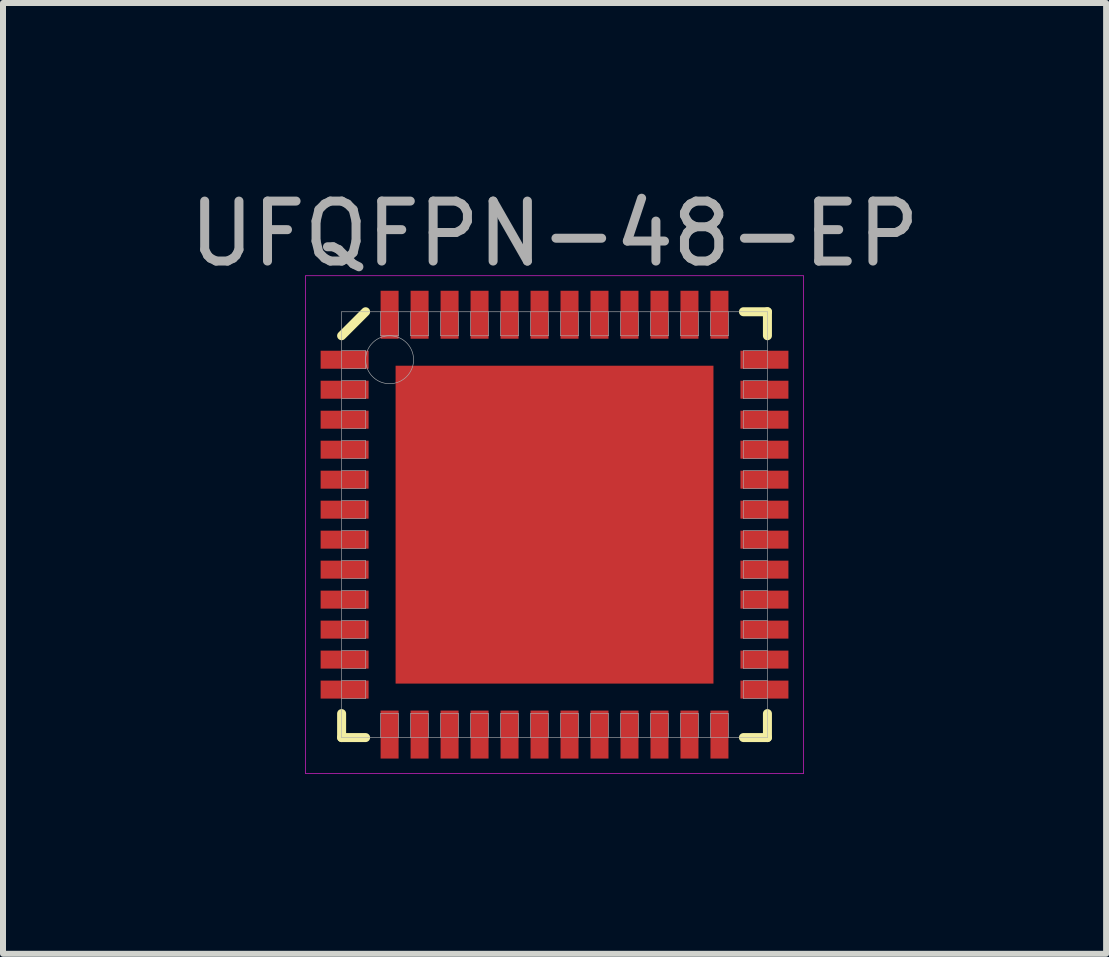
<source format=kicad_pcb>
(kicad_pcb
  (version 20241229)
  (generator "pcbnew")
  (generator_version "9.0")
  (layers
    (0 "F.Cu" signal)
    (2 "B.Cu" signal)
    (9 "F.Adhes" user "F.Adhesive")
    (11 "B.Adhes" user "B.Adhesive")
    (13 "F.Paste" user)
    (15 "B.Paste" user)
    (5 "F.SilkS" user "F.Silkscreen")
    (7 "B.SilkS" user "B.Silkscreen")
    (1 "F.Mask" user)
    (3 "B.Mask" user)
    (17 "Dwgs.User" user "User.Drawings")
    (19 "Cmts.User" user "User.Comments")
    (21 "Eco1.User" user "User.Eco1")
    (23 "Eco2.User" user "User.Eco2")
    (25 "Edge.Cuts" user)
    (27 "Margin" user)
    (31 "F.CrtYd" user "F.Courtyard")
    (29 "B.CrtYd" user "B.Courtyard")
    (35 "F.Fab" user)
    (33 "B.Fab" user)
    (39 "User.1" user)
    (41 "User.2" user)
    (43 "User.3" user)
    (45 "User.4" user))
  (footprint "UFQFPN-48-EP"
    (layer "F.Cu")
    (at 6.196 5.698)
    (property "Reference" "UFQFPN-48-EP" (at 0 -4.85 0) (layer "F.Fab") (effects (font (size 1 1) (thickness 0.15))))
    (attr through_hole)
    (fp_line (start -3.55 -3.15) (end -3.15 -3.55) (stroke (width 0.15) (type solid)) (layer "F.SilkS"))
    (fp_line (start -3.55 3.55) (end -3.55 3.15) (stroke (width 0.15) (type solid)) (layer "F.SilkS"))
    (fp_line (start -3.15 3.55) (end -3.55 3.55) (stroke (width 0.15) (type solid)) (layer "F.SilkS"))
    (fp_line (start 3.15 -3.55) (end 3.55 -3.55) (stroke (width 0.15) (type solid)) (layer "F.SilkS"))
    (fp_line (start 3.15 3.55) (end 3.55 3.55) (stroke (width 0.15) (type solid)) (layer "F.SilkS"))
    (fp_line (start 3.55 -3.55) (end 3.55 -3.15) (stroke (width 0.15) (type solid)) (layer "F.SilkS"))
    (fp_line (start 3.55 3.55) (end 3.55 3.15) (stroke (width 0.15) (type solid)) (layer "F.SilkS"))
    (fp_line (start -4.15 -4.15) (end 4.15 -4.15) (stroke (width 0.01) (type solid)) (layer "F.CrtYd"))
    (fp_line (start -4.15 4.15) (end -4.15 -4.15) (stroke (width 0.01) (type solid)) (layer "F.CrtYd"))
    (fp_line (start 4.15 -4.15) (end 4.15 4.15) (stroke (width 0.01) (type solid)) (layer "F.CrtYd"))
    (fp_line (start 4.15 4.15) (end -4.15 4.15) (stroke (width 0.01) (type solid)) (layer "F.CrtYd"))
    (fp_line (start -3.55 -3.55) (end 3.55 -3.55) (stroke (width 0.01) (type solid)) (layer "F.Fab"))
    (fp_line (start -3.55 -2.6) (end -3.15 -2.6) (stroke (width 0.01) (type solid)) (layer "F.Fab"))
    (fp_line (start -3.55 -2.1) (end -3.15 -2.1) (stroke (width 0.01) (type solid)) (layer "F.Fab"))
    (fp_line (start -3.55 -1.6) (end -3.15 -1.6) (stroke (width 0.01) (type solid)) (layer "F.Fab"))
    (fp_line (start -3.55 -1.1) (end -3.15 -1.1) (stroke (width 0.01) (type solid)) (layer "F.Fab"))
    (fp_line (start -3.55 -0.6) (end -3.15 -0.6) (stroke (width 0.01) (type solid)) (layer "F.Fab"))
    (fp_line (start -3.55 -0.1) (end -3.15 -0.1) (stroke (width 0.01) (type solid)) (layer "F.Fab"))
    (fp_line (start -3.55 0.4) (end -3.15 0.4) (stroke (width 0.01) (type solid)) (layer "F.Fab"))
    (fp_line (start -3.55 0.9) (end -3.15 0.9) (stroke (width 0.01) (type solid)) (layer "F.Fab"))
    (fp_line (start -3.55 1.4) (end -3.15 1.4) (stroke (width 0.01) (type solid)) (layer "F.Fab"))
    (fp_line (start -3.55 1.9) (end -3.15 1.9) (stroke (width 0.01) (type solid)) (layer "F.Fab"))
    (fp_line (start -3.55 2.4) (end -3.15 2.4) (stroke (width 0.01) (type solid)) (layer "F.Fab"))
    (fp_line (start -3.55 2.9) (end -3.15 2.9) (stroke (width 0.01) (type solid)) (layer "F.Fab"))
    (fp_line (start -3.55 3.55) (end -3.55 -3.55) (stroke (width 0.01) (type solid)) (layer "F.Fab"))
    (fp_line (start -3.15 -2.9) (end -3.55 -2.9) (stroke (width 0.01) (type solid)) (layer "F.Fab"))
    (fp_line (start -3.15 -2.6) (end -3.15 -2.9) (stroke (width 0.01) (type solid)) (layer "F.Fab"))
    (fp_line (start -3.15 -2.4) (end -3.55 -2.4) (stroke (width 0.01) (type solid)) (layer "F.Fab"))
    (fp_line (start -3.15 -2.1) (end -3.15 -2.4) (stroke (width 0.01) (type solid)) (layer "F.Fab"))
    (fp_line (start -3.15 -1.9) (end -3.55 -1.9) (stroke (width 0.01) (type solid)) (layer "F.Fab"))
    (fp_line (start -3.15 -1.6) (end -3.15 -1.9) (stroke (width 0.01) (type solid)) (layer "F.Fab"))
    (fp_line (start -3.15 -1.4) (end -3.55 -1.4) (stroke (width 0.01) (type solid)) (layer "F.Fab"))
    (fp_line (start -3.15 -1.1) (end -3.15 -1.4) (stroke (width 0.01) (type solid)) (layer "F.Fab"))
    (fp_line (start -3.15 -0.9) (end -3.55 -0.9) (stroke (width 0.01) (type solid)) (layer "F.Fab"))
    (fp_line (start -3.15 -0.6) (end -3.15 -0.9) (stroke (width 0.01) (type solid)) (layer "F.Fab"))
    (fp_line (start -3.15 -0.4) (end -3.55 -0.4) (stroke (width 0.01) (type solid)) (layer "F.Fab"))
    (fp_line (start -3.15 -0.1) (end -3.15 -0.4) (stroke (width 0.01) (type solid)) (layer "F.Fab"))
    (fp_line (start -3.15 0.1) (end -3.55 0.1) (stroke (width 0.01) (type solid)) (layer "F.Fab"))
    (fp_line (start -3.15 0.4) (end -3.15 0.1) (stroke (width 0.01) (type solid)) (layer "F.Fab"))
    (fp_line (start -3.15 0.6) (end -3.55 0.6) (stroke (width 0.01) (type solid)) (layer "F.Fab"))
    (fp_line (start -3.15 0.9) (end -3.15 0.6) (stroke (width 0.01) (type solid)) (layer "F.Fab"))
    (fp_line (start -3.15 1.1) (end -3.55 1.1) (stroke (width 0.01) (type solid)) (layer "F.Fab"))
    (fp_line (start -3.15 1.4) (end -3.15 1.1) (stroke (width 0.01) (type solid)) (layer "F.Fab"))
    (fp_line (start -3.15 1.6) (end -3.55 1.6) (stroke (width 0.01) (type solid)) (layer "F.Fab"))
    (fp_line (start -3.15 1.9) (end -3.15 1.6) (stroke (width 0.01) (type solid)) (layer "F.Fab"))
    (fp_line (start -3.15 2.1) (end -3.55 2.1) (stroke (width 0.01) (type solid)) (layer "F.Fab"))
    (fp_line (start -3.15 2.4) (end -3.15 2.1) (stroke (width 0.01) (type solid)) (layer "F.Fab"))
    (fp_line (start -3.15 2.6) (end -3.55 2.6) (stroke (width 0.01) (type solid)) (layer "F.Fab"))
    (fp_line (start -3.15 2.9) (end -3.15 2.6) (stroke (width 0.01) (type solid)) (layer "F.Fab"))
    (fp_line (start -2.9 -3.55) (end -2.9 -3.15) (stroke (width 0.01) (type solid)) (layer "F.Fab"))
    (fp_line (start -2.9 -3.15) (end -2.6 -3.15) (stroke (width 0.01) (type solid)) (layer "F.Fab"))
    (fp_line (start -2.9 3.15) (end -2.9 3.55) (stroke (width 0.01) (type solid)) (layer "F.Fab"))
    (fp_line (start -2.6 -3.15) (end -2.6 -3.55) (stroke (width 0.01) (type solid)) (layer "F.Fab"))
    (fp_line (start -2.6 3.15) (end -2.9 3.15) (stroke (width 0.01) (type solid)) (layer "F.Fab"))
    (fp_line (start -2.6 3.55) (end -2.6 3.15) (stroke (width 0.01) (type solid)) (layer "F.Fab"))
    (fp_line (start -2.4 -3.55) (end -2.4 -3.15) (stroke (width 0.01) (type solid)) (layer "F.Fab"))
    (fp_line (start -2.4 -3.15) (end -2.1 -3.15) (stroke (width 0.01) (type solid)) (layer "F.Fab"))
    (fp_line (start -2.4 3.15) (end -2.4 3.55) (stroke (width 0.01) (type solid)) (layer "F.Fab"))
    (fp_line (start -2.1 -3.15) (end -2.1 -3.55) (stroke (width 0.01) (type solid)) (layer "F.Fab"))
    (fp_line (start -2.1 3.15) (end -2.4 3.15) (stroke (width 0.01) (type solid)) (layer "F.Fab"))
    (fp_line (start -2.1 3.55) (end -2.1 3.15) (stroke (width 0.01) (type solid)) (layer "F.Fab"))
    (fp_line (start -1.9 -3.55) (end -1.9 -3.15) (stroke (width 0.01) (type solid)) (layer "F.Fab"))
    (fp_line (start -1.9 -3.15) (end -1.6 -3.15) (stroke (width 0.01) (type solid)) (layer "F.Fab"))
    (fp_line (start -1.9 3.15) (end -1.9 3.55) (stroke (width 0.01) (type solid)) (layer "F.Fab"))
    (fp_line (start -1.6 -3.15) (end -1.6 -3.55) (stroke (width 0.01) (type solid)) (layer "F.Fab"))
    (fp_line (start -1.6 3.15) (end -1.9 3.15) (stroke (width 0.01) (type solid)) (layer "F.Fab"))
    (fp_line (start -1.6 3.55) (end -1.6 3.15) (stroke (width 0.01) (type solid)) (layer "F.Fab"))
    (fp_line (start -1.4 -3.55) (end -1.4 -3.15) (stroke (width 0.01) (type solid)) (layer "F.Fab"))
    (fp_line (start -1.4 -3.15) (end -1.1 -3.15) (stroke (width 0.01) (type solid)) (layer "F.Fab"))
    (fp_line (start -1.4 3.15) (end -1.4 3.55) (stroke (width 0.01) (type solid)) (layer "F.Fab"))
    (fp_line (start -1.1 -3.15) (end -1.1 -3.55) (stroke (width 0.01) (type solid)) (layer "F.Fab"))
    (fp_line (start -1.1 3.15) (end -1.4 3.15) (stroke (width 0.01) (type solid)) (layer "F.Fab"))
    (fp_line (start -1.1 3.55) (end -1.1 3.15) (stroke (width 0.01) (type solid)) (layer "F.Fab"))
    (fp_line (start -0.9 -3.55) (end -0.9 -3.15) (stroke (width 0.01) (type solid)) (layer "F.Fab"))
    (fp_line (start -0.9 -3.15) (end -0.6 -3.15) (stroke (width 0.01) (type solid)) (layer "F.Fab"))
    (fp_line (start -0.9 3.15) (end -0.9 3.55) (stroke (width 0.01) (type solid)) (layer "F.Fab"))
    (fp_line (start -0.6 -3.15) (end -0.6 -3.55) (stroke (width 0.01) (type solid)) (layer "F.Fab"))
    (fp_line (start -0.6 3.15) (end -0.9 3.15) (stroke (width 0.01) (type solid)) (layer "F.Fab"))
    (fp_line (start -0.6 3.55) (end -0.6 3.15) (stroke (width 0.01) (type solid)) (layer "F.Fab"))
    (fp_line (start -0.4 -3.55) (end -0.4 -3.15) (stroke (width 0.01) (type solid)) (layer "F.Fab"))
    (fp_line (start -0.4 -3.15) (end -0.1 -3.15) (stroke (width 0.01) (type solid)) (layer "F.Fab"))
    (fp_line (start -0.4 3.15) (end -0.4 3.55) (stroke (width 0.01) (type solid)) (layer "F.Fab"))
    (fp_line (start -0.1 -3.15) (end -0.1 -3.55) (stroke (width 0.01) (type solid)) (layer "F.Fab"))
    (fp_line (start -0.1 3.15) (end -0.4 3.15) (stroke (width 0.01) (type solid)) (layer "F.Fab"))
    (fp_line (start -0.1 3.55) (end -0.1 3.15) (stroke (width 0.01) (type solid)) (layer "F.Fab"))
    (fp_line (start 0.1 -3.55) (end 0.1 -3.15) (stroke (width 0.01) (type solid)) (layer "F.Fab"))
    (fp_line (start 0.1 -3.15) (end 0.4 -3.15) (stroke (width 0.01) (type solid)) (layer "F.Fab"))
    (fp_line (start 0.1 3.15) (end 0.1 3.55) (stroke (width 0.01) (type solid)) (layer "F.Fab"))
    (fp_line (start 0.4 -3.15) (end 0.4 -3.55) (stroke (width 0.01) (type solid)) (layer "F.Fab"))
    (fp_line (start 0.4 3.15) (end 0.1 3.15) (stroke (width 0.01) (type solid)) (layer "F.Fab"))
    (fp_line (start 0.4 3.55) (end 0.4 3.15) (stroke (width 0.01) (type solid)) (layer "F.Fab"))
    (fp_line (start 0.6 -3.55) (end 0.6 -3.15) (stroke (width 0.01) (type solid)) (layer "F.Fab"))
    (fp_line (start 0.6 -3.15) (end 0.9 -3.15) (stroke (width 0.01) (type solid)) (layer "F.Fab"))
    (fp_line (start 0.6 3.15) (end 0.6 3.55) (stroke (width 0.01) (type solid)) (layer "F.Fab"))
    (fp_line (start 0.9 -3.15) (end 0.9 -3.55) (stroke (width 0.01) (type solid)) (layer "F.Fab"))
    (fp_line (start 0.9 3.15) (end 0.6 3.15) (stroke (width 0.01) (type solid)) (layer "F.Fab"))
    (fp_line (start 0.9 3.55) (end 0.9 3.15) (stroke (width 0.01) (type solid)) (layer "F.Fab"))
    (fp_line (start 1.1 -3.55) (end 1.1 -3.15) (stroke (width 0.01) (type solid)) (layer "F.Fab"))
    (fp_line (start 1.1 -3.15) (end 1.4 -3.15) (stroke (width 0.01) (type solid)) (layer "F.Fab"))
    (fp_line (start 1.1 3.15) (end 1.1 3.55) (stroke (width 0.01) (type solid)) (layer "F.Fab"))
    (fp_line (start 1.4 -3.15) (end 1.4 -3.55) (stroke (width 0.01) (type solid)) (layer "F.Fab"))
    (fp_line (start 1.4 3.15) (end 1.1 3.15) (stroke (width 0.01) (type solid)) (layer "F.Fab"))
    (fp_line (start 1.4 3.55) (end 1.4 3.15) (stroke (width 0.01) (type solid)) (layer "F.Fab"))
    (fp_line (start 1.6 -3.55) (end 1.6 -3.15) (stroke (width 0.01) (type solid)) (layer "F.Fab"))
    (fp_line (start 1.6 -3.15) (end 1.9 -3.15) (stroke (width 0.01) (type solid)) (layer "F.Fab"))
    (fp_line (start 1.6 3.15) (end 1.6 3.55) (stroke (width 0.01) (type solid)) (layer "F.Fab"))
    (fp_line (start 1.9 -3.15) (end 1.9 -3.55) (stroke (width 0.01) (type solid)) (layer "F.Fab"))
    (fp_line (start 1.9 3.15) (end 1.6 3.15) (stroke (width 0.01) (type solid)) (layer "F.Fab"))
    (fp_line (start 1.9 3.55) (end 1.9 3.15) (stroke (width 0.01) (type solid)) (layer "F.Fab"))
    (fp_line (start 2.1 -3.55) (end 2.1 -3.15) (stroke (width 0.01) (type solid)) (layer "F.Fab"))
    (fp_line (start 2.1 -3.15) (end 2.4 -3.15) (stroke (width 0.01) (type solid)) (layer "F.Fab"))
    (fp_line (start 2.1 3.15) (end 2.1 3.55) (stroke (width 0.01) (type solid)) (layer "F.Fab"))
    (fp_line (start 2.4 -3.15) (end 2.4 -3.55) (stroke (width 0.01) (type solid)) (layer "F.Fab"))
    (fp_line (start 2.4 3.15) (end 2.1 3.15) (stroke (width 0.01) (type solid)) (layer "F.Fab"))
    (fp_line (start 2.4 3.55) (end 2.4 3.15) (stroke (width 0.01) (type solid)) (layer "F.Fab"))
    (fp_line (start 2.6 -3.55) (end 2.6 -3.15) (stroke (width 0.01) (type solid)) (layer "F.Fab"))
    (fp_line (start 2.6 -3.15) (end 2.9 -3.15) (stroke (width 0.01) (type solid)) (layer "F.Fab"))
    (fp_line (start 2.6 3.15) (end 2.6 3.55) (stroke (width 0.01) (type solid)) (layer "F.Fab"))
    (fp_line (start 2.9 -3.15) (end 2.9 -3.55) (stroke (width 0.01) (type solid)) (layer "F.Fab"))
    (fp_line (start 2.9 3.15) (end 2.6 3.15) (stroke (width 0.01) (type solid)) (layer "F.Fab"))
    (fp_line (start 2.9 3.55) (end 2.9 3.15) (stroke (width 0.01) (type solid)) (layer "F.Fab"))
    (fp_line (start 3.15 -2.9) (end 3.15 -2.6) (stroke (width 0.01) (type solid)) (layer "F.Fab"))
    (fp_line (start 3.15 -2.6) (end 3.55 -2.6) (stroke (width 0.01) (type solid)) (layer "F.Fab"))
    (fp_line (start 3.15 -2.4) (end 3.15 -2.1) (stroke (width 0.01) (type solid)) (layer "F.Fab"))
    (fp_line (start 3.15 -2.1) (end 3.55 -2.1) (stroke (width 0.01) (type solid)) (layer "F.Fab"))
    (fp_line (start 3.15 -1.9) (end 3.15 -1.6) (stroke (width 0.01) (type solid)) (layer "F.Fab"))
    (fp_line (start 3.15 -1.6) (end 3.55 -1.6) (stroke (width 0.01) (type solid)) (layer "F.Fab"))
    (fp_line (start 3.15 -1.4) (end 3.15 -1.1) (stroke (width 0.01) (type solid)) (layer "F.Fab"))
    (fp_line (start 3.15 -1.1) (end 3.55 -1.1) (stroke (width 0.01) (type solid)) (layer "F.Fab"))
    (fp_line (start 3.15 -0.9) (end 3.15 -0.6) (stroke (width 0.01) (type solid)) (layer "F.Fab"))
    (fp_line (start 3.15 -0.6) (end 3.55 -0.6) (stroke (width 0.01) (type solid)) (layer "F.Fab"))
    (fp_line (start 3.15 -0.4) (end 3.15 -0.1) (stroke (width 0.01) (type solid)) (layer "F.Fab"))
    (fp_line (start 3.15 -0.1) (end 3.55 -0.1) (stroke (width 0.01) (type solid)) (layer "F.Fab"))
    (fp_line (start 3.15 0.1) (end 3.15 0.4) (stroke (width 0.01) (type solid)) (layer "F.Fab"))
    (fp_line (start 3.15 0.4) (end 3.55 0.4) (stroke (width 0.01) (type solid)) (layer "F.Fab"))
    (fp_line (start 3.15 0.6) (end 3.15 0.9) (stroke (width 0.01) (type solid)) (layer "F.Fab"))
    (fp_line (start 3.15 0.9) (end 3.55 0.9) (stroke (width 0.01) (type solid)) (layer "F.Fab"))
    (fp_line (start 3.15 1.1) (end 3.15 1.4) (stroke (width 0.01) (type solid)) (layer "F.Fab"))
    (fp_line (start 3.15 1.4) (end 3.55 1.4) (stroke (width 0.01) (type solid)) (layer "F.Fab"))
    (fp_line (start 3.15 1.6) (end 3.15 1.9) (stroke (width 0.01) (type solid)) (layer "F.Fab"))
    (fp_line (start 3.15 1.9) (end 3.55 1.9) (stroke (width 0.01) (type solid)) (layer "F.Fab"))
    (fp_line (start 3.15 2.1) (end 3.15 2.4) (stroke (width 0.01) (type solid)) (layer "F.Fab"))
    (fp_line (start 3.15 2.4) (end 3.55 2.4) (stroke (width 0.01) (type solid)) (layer "F.Fab"))
    (fp_line (start 3.15 2.6) (end 3.15 2.9) (stroke (width 0.01) (type solid)) (layer "F.Fab"))
    (fp_line (start 3.15 2.9) (end 3.55 2.9) (stroke (width 0.01) (type solid)) (layer "F.Fab"))
    (fp_line (start 3.55 -3.55) (end 3.55 3.55) (stroke (width 0.01) (type solid)) (layer "F.Fab"))
    (fp_line (start 3.55 -2.9) (end 3.15 -2.9) (stroke (width 0.01) (type solid)) (layer "F.Fab"))
    (fp_line (start 3.55 -2.4) (end 3.15 -2.4) (stroke (width 0.01) (type solid)) (layer "F.Fab"))
    (fp_line (start 3.55 -1.9) (end 3.15 -1.9) (stroke (width 0.01) (type solid)) (layer "F.Fab"))
    (fp_line (start 3.55 -1.4) (end 3.15 -1.4) (stroke (width 0.01) (type solid)) (layer "F.Fab"))
    (fp_line (start 3.55 -0.9) (end 3.15 -0.9) (stroke (width 0.01) (type solid)) (layer "F.Fab"))
    (fp_line (start 3.55 -0.4) (end 3.15 -0.4) (stroke (width 0.01) (type solid)) (layer "F.Fab"))
    (fp_line (start 3.55 0.1) (end 3.15 0.1) (stroke (width 0.01) (type solid)) (layer "F.Fab"))
    (fp_line (start 3.55 0.6) (end 3.15 0.6) (stroke (width 0.01) (type solid)) (layer "F.Fab"))
    (fp_line (start 3.55 1.1) (end 3.15 1.1) (stroke (width 0.01) (type solid)) (layer "F.Fab"))
    (fp_line (start 3.55 1.6) (end 3.15 1.6) (stroke (width 0.01) (type solid)) (layer "F.Fab"))
    (fp_line (start 3.55 2.1) (end 3.15 2.1) (stroke (width 0.01) (type solid)) (layer "F.Fab"))
    (fp_line (start 3.55 2.6) (end 3.15 2.6) (stroke (width 0.01) (type solid)) (layer "F.Fab"))
    (fp_line (start 3.55 3.55) (end -3.55 3.55) (stroke (width 0.01) (type solid)) (layer "F.Fab"))
    (fp_circle (center -2.75 -2.75) (end -2.75 -2.35) (stroke (width 0.01) (type solid)) (fill no) (layer "F.Fab"))
    (pad "" smd rect (at -1.15 -1.15) (size 1.66 1.66) (layers "F.Paste"))
    (pad "" smd rect (at -1.15 1.15) (size 1.66 1.66) (layers "F.Paste"))
    (pad "" smd rect (at 1.15 -1.15) (size 1.66 1.66) (layers "F.Paste"))
    (pad "" smd rect (at 1.15 1.15) (size 1.66 1.66) (layers "F.Paste"))
    (pad "1" smd rect (at -3.5 -2.75) (size 0.8 0.3) (layers "F.Cu" "F.Mask" "F.Paste"))
    (pad "2" smd rect (at -3.5 -2.25) (size 0.8 0.3) (layers "F.Cu" "F.Mask" "F.Paste"))
    (pad "3" smd rect (at -3.5 -1.75) (size 0.8 0.3) (layers "F.Cu" "F.Mask" "F.Paste"))
    (pad "4" smd rect (at -3.5 -1.25) (size 0.8 0.3) (layers "F.Cu" "F.Mask" "F.Paste"))
    (pad "5" smd rect (at -3.5 -0.75) (size 0.8 0.3) (layers "F.Cu" "F.Mask" "F.Paste"))
    (pad "6" smd rect (at -3.5 -0.25) (size 0.8 0.3) (layers "F.Cu" "F.Mask" "F.Paste"))
    (pad "7" smd rect (at -3.5 0.25) (size 0.8 0.3) (layers "F.Cu" "F.Mask" "F.Paste"))
    (pad "8" smd rect (at -3.5 0.75) (size 0.8 0.3) (layers "F.Cu" "F.Mask" "F.Paste"))
    (pad "9" smd rect (at -3.5 1.25) (size 0.8 0.3) (layers "F.Cu" "F.Mask" "F.Paste"))
    (pad "10" smd rect (at -3.5 1.75) (size 0.8 0.3) (layers "F.Cu" "F.Mask" "F.Paste"))
    (pad "11" smd rect (at -3.5 2.25) (size 0.8 0.3) (layers "F.Cu" "F.Mask" "F.Paste"))
    (pad "12" smd rect (at -3.5 2.75) (size 0.8 0.3) (layers "F.Cu" "F.Mask" "F.Paste"))
    (pad "13" smd rect (at -2.75 3.5) (size 0.3 0.8) (layers "F.Cu" "F.Mask" "F.Paste"))
    (pad "14" smd rect (at -2.25 3.5) (size 0.3 0.8) (layers "F.Cu" "F.Mask" "F.Paste"))
    (pad "15" smd rect (at -1.75 3.5) (size 0.3 0.8) (layers "F.Cu" "F.Mask" "F.Paste"))
    (pad "16" smd rect (at -1.25 3.5) (size 0.3 0.8) (layers "F.Cu" "F.Mask" "F.Paste"))
    (pad "17" smd rect (at -0.75 3.5) (size 0.3 0.8) (layers "F.Cu" "F.Mask" "F.Paste"))
    (pad "18" smd rect (at -0.25 3.5) (size 0.3 0.8) (layers "F.Cu" "F.Mask" "F.Paste"))
    (pad "19" smd rect (at 0.25 3.5) (size 0.3 0.8) (layers "F.Cu" "F.Mask" "F.Paste"))
    (pad "20" smd rect (at 0.75 3.5) (size 0.3 0.8) (layers "F.Cu" "F.Mask" "F.Paste"))
    (pad "21" smd rect (at 1.25 3.5) (size 0.3 0.8) (layers "F.Cu" "F.Mask" "F.Paste"))
    (pad "22" smd rect (at 1.75 3.5) (size 0.3 0.8) (layers "F.Cu" "F.Mask" "F.Paste"))
    (pad "23" smd rect (at 2.25 3.5) (size 0.3 0.8) (layers "F.Cu" "F.Mask" "F.Paste"))
    (pad "24" smd rect (at 2.75 3.5) (size 0.3 0.8) (layers "F.Cu" "F.Mask" "F.Paste"))
    (pad "25" smd rect (at 3.5 2.75) (size 0.8 0.3) (layers "F.Cu" "F.Mask" "F.Paste"))
    (pad "26" smd rect (at 3.5 2.25) (size 0.8 0.3) (layers "F.Cu" "F.Mask" "F.Paste"))
    (pad "27" smd rect (at 3.5 1.75) (size 0.8 0.3) (layers "F.Cu" "F.Mask" "F.Paste"))
    (pad "28" smd rect (at 3.5 1.25) (size 0.8 0.3) (layers "F.Cu" "F.Mask" "F.Paste"))
    (pad "29" smd rect (at 3.5 0.75) (size 0.8 0.3) (layers "F.Cu" "F.Mask" "F.Paste"))
    (pad "30" smd rect (at 3.5 0.25) (size 0.8 0.3) (layers "F.Cu" "F.Mask" "F.Paste"))
    (pad "31" smd rect (at 3.5 -0.25) (size 0.8 0.3) (layers "F.Cu" "F.Mask" "F.Paste"))
    (pad "32" smd rect (at 3.5 -0.75) (size 0.8 0.3) (layers "F.Cu" "F.Mask" "F.Paste"))
    (pad "33" smd rect (at 3.5 -1.25) (size 0.8 0.3) (layers "F.Cu" "F.Mask" "F.Paste"))
    (pad "34" smd rect (at 3.5 -1.75) (size 0.8 0.3) (layers "F.Cu" "F.Mask" "F.Paste"))
    (pad "35" smd rect (at 3.5 -2.25) (size 0.8 0.3) (layers "F.Cu" "F.Mask" "F.Paste"))
    (pad "36" smd rect (at 3.5 -2.75) (size 0.8 0.3) (layers "F.Cu" "F.Mask" "F.Paste"))
    (pad "37" smd rect (at 2.75 -3.5) (size 0.3 0.8) (layers "F.Cu" "F.Mask" "F.Paste"))
    (pad "38" smd rect (at 2.25 -3.5) (size 0.3 0.8) (layers "F.Cu" "F.Mask" "F.Paste"))
    (pad "39" smd rect (at 1.75 -3.5) (size 0.3 0.8) (layers "F.Cu" "F.Mask" "F.Paste"))
    (pad "40" smd rect (at 1.25 -3.5) (size 0.3 0.8) (layers "F.Cu" "F.Mask" "F.Paste"))
    (pad "41" smd rect (at 0.75 -3.5) (size 0.3 0.8) (layers "F.Cu" "F.Mask" "F.Paste"))
    (pad "42" smd rect (at 0.25 -3.5) (size 0.3 0.8) (layers "F.Cu" "F.Mask" "F.Paste"))
    (pad "43" smd rect (at -0.25 -3.5) (size 0.3 0.8) (layers "F.Cu" "F.Mask" "F.Paste"))
    (pad "44" smd rect (at -0.75 -3.5) (size 0.3 0.8) (layers "F.Cu" "F.Mask" "F.Paste"))
    (pad "45" smd rect (at -1.25 -3.5) (size 0.3 0.8) (layers "F.Cu" "F.Mask" "F.Paste"))
    (pad "46" smd rect (at -1.75 -3.5) (size 0.3 0.8) (layers "F.Cu" "F.Mask" "F.Paste"))
    (pad "47" smd rect (at -2.25 -3.5) (size 0.3 0.8) (layers "F.Cu" "F.Mask" "F.Paste"))
    (pad "48" smd rect (at -2.75 -3.5) (size 0.3 0.8) (layers "F.Cu" "F.Mask" "F.Paste"))
    (pad "EP" smd rect (at 0 0) (size 5.3 5.3) (layers "F.Cu" "F.Mask")))
  (gr_rect
    (start -3 -3)
    (end 15.393 12.853)
    (stroke (width 0.1) (type default))
    (fill no)
    (layer "Edge.Cuts")))
</source>
